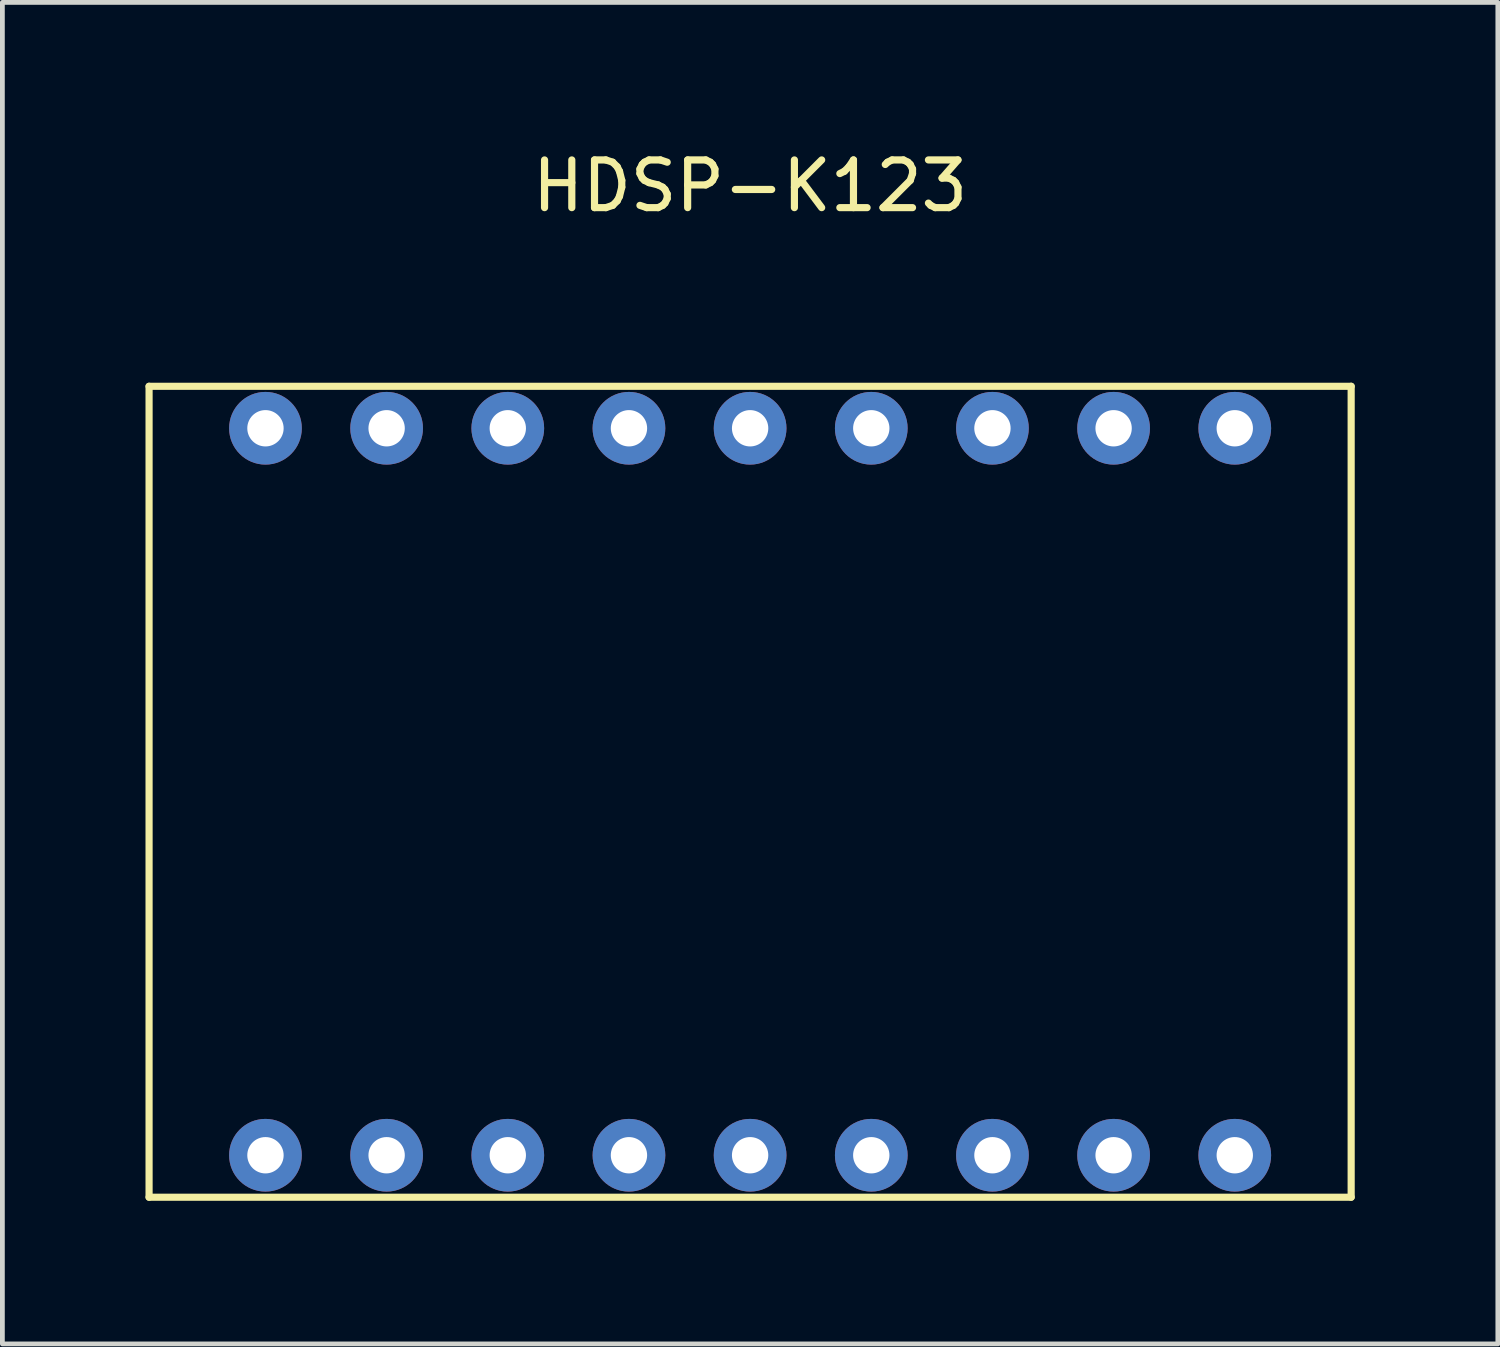
<source format=kicad_pcb>
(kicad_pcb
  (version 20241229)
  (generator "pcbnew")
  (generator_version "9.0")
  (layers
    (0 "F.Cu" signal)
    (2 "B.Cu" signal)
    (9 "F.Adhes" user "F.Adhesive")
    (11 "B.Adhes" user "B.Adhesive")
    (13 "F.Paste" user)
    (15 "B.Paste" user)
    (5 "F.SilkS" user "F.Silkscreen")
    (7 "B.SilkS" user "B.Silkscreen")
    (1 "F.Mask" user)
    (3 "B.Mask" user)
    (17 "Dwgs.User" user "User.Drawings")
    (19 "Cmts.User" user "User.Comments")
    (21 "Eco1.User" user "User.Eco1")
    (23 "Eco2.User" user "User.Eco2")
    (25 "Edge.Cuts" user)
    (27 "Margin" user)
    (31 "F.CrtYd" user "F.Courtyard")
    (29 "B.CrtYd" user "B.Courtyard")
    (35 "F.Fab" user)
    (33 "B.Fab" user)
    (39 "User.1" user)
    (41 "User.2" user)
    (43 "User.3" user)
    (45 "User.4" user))
  (footprint "HDSP-K123"
    (layer "F.Cu")
    (at 12.675 13.548)
    (property "Reference" "HDSP-K123" (at 0 -12.7 0) (layer "F.SilkS") (effects (font (size 1 1) (thickness 0.15))))
    (attr through_hole)
    (fp_line (start -12.6 -8.5) (end -12.6 8.5) (stroke (width 0.15) (type solid)) (layer "F.SilkS"))
    (fp_line (start -12.6 8.5) (end 12.6 8.5) (stroke (width 0.15) (type solid)) (layer "F.SilkS"))
    (fp_line (start 12.6 -8.5) (end -12.6 -8.5) (stroke (width 0.15) (type solid)) (layer "F.SilkS"))
    (fp_line (start 12.6 8.5) (end 12.6 -8.5) (stroke (width 0.15) (type solid)) (layer "F.SilkS"))
    (pad "1" thru_hole circle (at -10.16 7.62) (size 1.524 1.524) (drill 0.762) (layers "*.Cu" "*.Mask"))
    (pad "2" thru_hole circle (at -7.62 7.62) (size 1.524 1.524) (drill 0.762) (layers "*.Cu" "*.Mask"))
    (pad "3" thru_hole circle (at -5.08 7.62) (size 1.524 1.524) (drill 0.762) (layers "*.Cu" "*.Mask"))
    (pad "4" thru_hole circle (at -2.54 7.62) (size 1.524 1.524) (drill 0.762) (layers "*.Cu" "*.Mask"))
    (pad "5" thru_hole circle (at 0 7.62) (size 1.524 1.524) (drill 0.762) (layers "*.Cu" "*.Mask"))
    (pad "6" thru_hole circle (at 2.54 7.62) (size 1.524 1.524) (drill 0.762) (layers "*.Cu" "*.Mask"))
    (pad "7" thru_hole circle (at 5.08 7.62) (size 1.524 1.524) (drill 0.762) (layers "*.Cu" "*.Mask"))
    (pad "8" thru_hole circle (at 7.62 7.62) (size 1.524 1.524) (drill 0.762) (layers "*.Cu" "*.Mask"))
    (pad "9" thru_hole circle (at 10.16 7.62) (size 1.524 1.524) (drill 0.762) (layers "*.Cu" "*.Mask"))
    (pad "10" thru_hole circle (at 10.16 -7.62) (size 1.524 1.524) (drill 0.762) (layers "*.Cu" "*.Mask"))
    (pad "11" thru_hole circle (at 7.62 -7.62) (size 1.524 1.524) (drill 0.762) (layers "*.Cu" "*.Mask"))
    (pad "12" thru_hole circle (at 5.08 -7.62) (size 1.524 1.524) (drill 0.762) (layers "*.Cu" "*.Mask"))
    (pad "13" thru_hole circle (at 2.54 -7.62) (size 1.524 1.524) (drill 0.762) (layers "*.Cu" "*.Mask"))
    (pad "14" thru_hole circle (at 0 -7.62) (size 1.524 1.524) (drill 0.762) (layers "*.Cu" "*.Mask"))
    (pad "15" thru_hole circle (at -2.54 -7.62) (size 1.524 1.524) (drill 0.762) (layers "*.Cu" "*.Mask"))
    (pad "16" thru_hole circle (at -5.08 -7.62) (size 1.524 1.524) (drill 0.762) (layers "*.Cu" "*.Mask"))
    (pad "17" thru_hole circle (at -7.62 -7.62) (size 1.524 1.524) (drill 0.762) (layers "*.Cu" "*.Mask"))
    (pad "18" thru_hole circle (at -10.16 -7.62) (size 1.524 1.524) (drill 0.762) (layers "*.Cu" "*.Mask")))
  (gr_rect
    (start -3 -3)
    (end 28.35 25.123)
    (stroke (width 0.1) (type default))
    (fill no)
    (layer "Edge.Cuts")))
</source>
